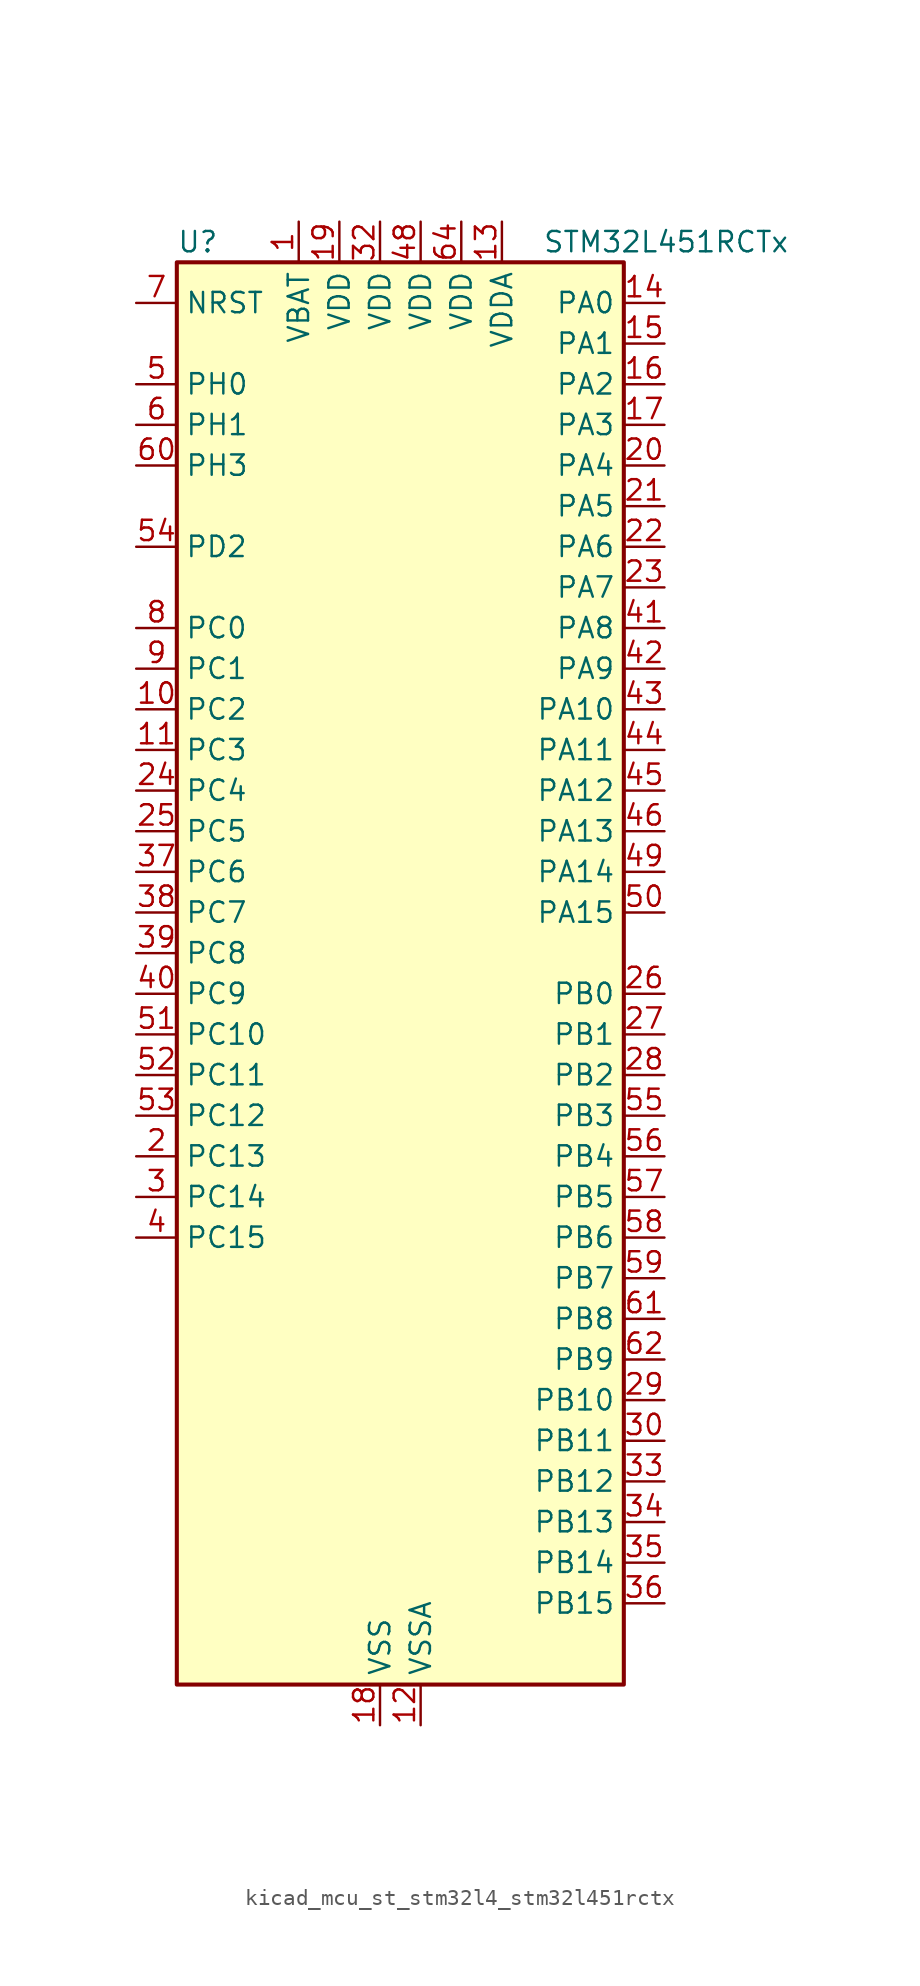
<source format=kicad_sym>
(kicad_symbol_lib
  (version 20220914)
  (generator kicad_symbol_editor)
  (symbol "kicad_mcu_st_stm32l4_stm32l451rctx"
    (property "Reference" "U"
      (at -12.7 46.99 0)
      (effects (font (size 1.27 1.27)) (justify left)))
    (property "Value" "STM32L451RCTx"
      (at 10.16 46.99 0)
      (effects (font (size 1.27 1.27)) (justify left)))
    (property "ki_locked" ""
      (at 0 0 0)
      (effects (font (size 1.27 1.27))))
    (symbol "kicad_mcu_st_stm32l4_stm32l451rctx_0_1"
      (rectangle (start -12.7 -43.18) (end 15.24 45.72) (stroke (width 0.254) (type default)) (fill (type background))))
    (symbol "kicad_mcu_st_stm32l4_stm32l451rctx_1_1"
      (pin power_in line (at -5.08 48.26 270) (length 2.54) (name "VBAT" (effects (font (size 1.27 1.27)))) (number "1" (effects (font (size 1.27 1.27)))))
      (pin bidirectional line (at -15.24 17.78 0) (length 2.54) (name "PC2" (effects (font (size 1.27 1.27)))) (number "10" (effects (font (size 1.27 1.27)))) (alternate "ADC1_IN3" bidirectional line) (alternate "DFSDM1_CKOUT" bidirectional line) (alternate "LPTIM1_IN2" bidirectional line) (alternate "SPI2_MISO" bidirectional line))
      (pin bidirectional line (at -15.24 15.24 0) (length 2.54) (name "PC3" (effects (font (size 1.27 1.27)))) (number "11" (effects (font (size 1.27 1.27)))) (alternate "ADC1_IN4" bidirectional line) (alternate "LPTIM1_ETR" bidirectional line) (alternate "LPTIM2_ETR" bidirectional line) (alternate "SAI1_SD_A" bidirectional line) (alternate "SPI2_MOSI" bidirectional line))
      (pin power_in line (at 2.54 -45.72 90) (length 2.54) (name "VSSA" (effects (font (size 1.27 1.27)))) (number "12" (effects (font (size 1.27 1.27)))))
      (pin power_in line (at 7.62 48.26 270) (length 2.54) (name "VDDA" (effects (font (size 1.27 1.27)))) (number "13" (effects (font (size 1.27 1.27)))))
      (pin bidirectional line (at 17.78 43.18 180) (length 2.54) (name "PA0" (effects (font (size 1.27 1.27)))) (number "14" (effects (font (size 1.27 1.27)))) (alternate "ADC1_IN5" bidirectional line) (alternate "COMP1_INM" bidirectional line) (alternate "COMP1_OUT" bidirectional line) (alternate "OPAMP1_VINP" bidirectional line) (alternate "RTC_TAMP2" bidirectional line) (alternate "SAI1_EXTCLK" bidirectional line) (alternate "SYS_WKUP1" bidirectional line) (alternate "TIM2_CH1" bidirectional line) (alternate "TIM2_ETR" bidirectional line) (alternate "UART4_TX" bidirectional line) (alternate "USART2_CTS" bidirectional line))
      (pin bidirectional line (at 17.78 40.64 180) (length 2.54) (name "PA1" (effects (font (size 1.27 1.27)))) (number "15" (effects (font (size 1.27 1.27)))) (alternate "ADC1_IN6" bidirectional line) (alternate "COMP1_INP" bidirectional line) (alternate "I2C1_SMBA" bidirectional line) (alternate "OPAMP1_VINM" bidirectional line) (alternate "SPI1_SCK" bidirectional line) (alternate "TIM15_CH1N" bidirectional line) (alternate "TIM2_CH2" bidirectional line) (alternate "UART4_RX" bidirectional line) (alternate "USART2_DE" bidirectional line) (alternate "USART2_RTS" bidirectional line))
      (pin bidirectional line (at 17.78 38.1 180) (length 2.54) (name "PA2" (effects (font (size 1.27 1.27)))) (number "16" (effects (font (size 1.27 1.27)))) (alternate "ADC1_IN7" bidirectional line) (alternate "COMP2_INM" bidirectional line) (alternate "COMP2_OUT" bidirectional line) (alternate "LPUART1_TX" bidirectional line) (alternate "QUADSPI_BK1_NCS" bidirectional line) (alternate "RCC_LSCO" bidirectional line) (alternate "SYS_WKUP4" bidirectional line) (alternate "TIM15_CH1" bidirectional line) (alternate "TIM2_CH3" bidirectional line) (alternate "USART2_TX" bidirectional line))
      (pin bidirectional line (at 17.78 35.56 180) (length 2.54) (name "PA3" (effects (font (size 1.27 1.27)))) (number "17" (effects (font (size 1.27 1.27)))) (alternate "ADC1_IN8" bidirectional line) (alternate "COMP2_INP" bidirectional line) (alternate "LPUART1_RX" bidirectional line) (alternate "OPAMP1_VOUT" bidirectional line) (alternate "QUADSPI_CLK" bidirectional line) (alternate "SAI1_MCLK_A" bidirectional line) (alternate "TIM15_CH2" bidirectional line) (alternate "TIM2_CH4" bidirectional line) (alternate "USART2_RX" bidirectional line))
      (pin power_in line (at 0 -45.72 90) (length 2.54) (name "VSS" (effects (font (size 1.27 1.27)))) (number "18" (effects (font (size 1.27 1.27)))))
      (pin power_in line (at -2.54 48.26 270) (length 2.54) (name "VDD" (effects (font (size 1.27 1.27)))) (number "19" (effects (font (size 1.27 1.27)))))
      (pin bidirectional line (at -15.24 -10.16 0) (length 2.54) (name "PC13" (effects (font (size 1.27 1.27)))) (number "2" (effects (font (size 1.27 1.27)))) (alternate "RTC_OUT_ALARM" bidirectional line) (alternate "RTC_OUT_CALIB" bidirectional line) (alternate "RTC_TAMP1" bidirectional line) (alternate "RTC_TS" bidirectional line) (alternate "SYS_WKUP2" bidirectional line))
      (pin bidirectional line (at 17.78 33.02 180) (length 2.54) (name "PA4" (effects (font (size 1.27 1.27)))) (number "20" (effects (font (size 1.27 1.27)))) (alternate "ADC1_IN9" bidirectional line) (alternate "COMP1_INM" bidirectional line) (alternate "COMP2_INM" bidirectional line) (alternate "DAC1_OUT1" bidirectional line) (alternate "LPTIM2_OUT" bidirectional line) (alternate "SAI1_FS_B" bidirectional line) (alternate "SPI1_NSS" bidirectional line) (alternate "SPI3_NSS" bidirectional line) (alternate "USART2_CK" bidirectional line))
      (pin bidirectional line (at 17.78 30.48 180) (length 2.54) (name "PA5" (effects (font (size 1.27 1.27)))) (number "21" (effects (font (size 1.27 1.27)))) (alternate "ADC1_IN10" bidirectional line) (alternate "COMP1_INM" bidirectional line) (alternate "COMP2_INM" bidirectional line) (alternate "DFSDM1_CKOUT" bidirectional line) (alternate "LPTIM2_ETR" bidirectional line) (alternate "SPI1_SCK" bidirectional line) (alternate "TIM2_CH1" bidirectional line) (alternate "TIM2_ETR" bidirectional line))
      (pin bidirectional line (at 17.78 27.94 180) (length 2.54) (name "PA6" (effects (font (size 1.27 1.27)))) (number "22" (effects (font (size 1.27 1.27)))) (alternate "ADC1_IN11" bidirectional line) (alternate "COMP1_OUT" bidirectional line) (alternate "LPUART1_CTS" bidirectional line) (alternate "QUADSPI_BK1_IO3" bidirectional line) (alternate "SPI1_MISO" bidirectional line) (alternate "TIM16_CH1" bidirectional line) (alternate "TIM1_BKIN" bidirectional line) (alternate "TIM1_BKIN_COMP2" bidirectional line) (alternate "TIM3_CH1" bidirectional line) (alternate "USART3_CTS" bidirectional line))
      (pin bidirectional line (at 17.78 25.4 180) (length 2.54) (name "PA7" (effects (font (size 1.27 1.27)))) (number "23" (effects (font (size 1.27 1.27)))) (alternate "ADC1_IN12" bidirectional line) (alternate "COMP2_OUT" bidirectional line) (alternate "DFSDM1_DATIN0" bidirectional line) (alternate "I2C3_SCL" bidirectional line) (alternate "QUADSPI_BK1_IO2" bidirectional line) (alternate "SPI1_MOSI" bidirectional line) (alternate "TIM1_CH1N" bidirectional line) (alternate "TIM3_CH2" bidirectional line))
      (pin bidirectional line (at -15.24 12.7 0) (length 2.54) (name "PC4" (effects (font (size 1.27 1.27)))) (number "24" (effects (font (size 1.27 1.27)))) (alternate "ADC1_IN13" bidirectional line) (alternate "COMP1_INM" bidirectional line) (alternate "USART3_TX" bidirectional line))
      (pin bidirectional line (at -15.24 10.16 0) (length 2.54) (name "PC5" (effects (font (size 1.27 1.27)))) (number "25" (effects (font (size 1.27 1.27)))) (alternate "ADC1_IN14" bidirectional line) (alternate "COMP1_INP" bidirectional line) (alternate "SYS_WKUP5" bidirectional line) (alternate "USART3_RX" bidirectional line))
      (pin bidirectional line (at 17.78 0 180) (length 2.54) (name "PB0" (effects (font (size 1.27 1.27)))) (number "26" (effects (font (size 1.27 1.27)))) (alternate "ADC1_IN15" bidirectional line) (alternate "COMP1_OUT" bidirectional line) (alternate "DFSDM1_CKIN0" bidirectional line) (alternate "QUADSPI_BK1_IO1" bidirectional line) (alternate "SAI1_EXTCLK" bidirectional line) (alternate "SPI1_NSS" bidirectional line) (alternate "TIM1_CH2N" bidirectional line) (alternate "TIM3_CH3" bidirectional line) (alternate "USART3_CK" bidirectional line))
      (pin bidirectional line (at 17.78 -2.54 180) (length 2.54) (name "PB1" (effects (font (size 1.27 1.27)))) (number "27" (effects (font (size 1.27 1.27)))) (alternate "ADC1_IN16" bidirectional line) (alternate "COMP1_INM" bidirectional line) (alternate "DFSDM1_DATIN0" bidirectional line) (alternate "LPTIM2_IN1" bidirectional line) (alternate "LPUART1_DE" bidirectional line) (alternate "LPUART1_RTS" bidirectional line) (alternate "QUADSPI_BK1_IO0" bidirectional line) (alternate "TIM1_CH3N" bidirectional line) (alternate "TIM3_CH4" bidirectional line) (alternate "USART3_DE" bidirectional line) (alternate "USART3_RTS" bidirectional line))
      (pin bidirectional line (at 17.78 -5.08 180) (length 2.54) (name "PB2" (effects (font (size 1.27 1.27)))) (number "28" (effects (font (size 1.27 1.27)))) (alternate "COMP1_INP" bidirectional line) (alternate "DFSDM1_CKIN0" bidirectional line) (alternate "I2C3_SMBA" bidirectional line) (alternate "LPTIM1_OUT" bidirectional line) (alternate "RTC_OUT_ALARM" bidirectional line) (alternate "RTC_OUT_CALIB" bidirectional line))
      (pin bidirectional line (at 17.78 -25.4 180) (length 2.54) (name "PB10" (effects (font (size 1.27 1.27)))) (number "29" (effects (font (size 1.27 1.27)))) (alternate "COMP1_OUT" bidirectional line) (alternate "I2C2_SCL" bidirectional line) (alternate "I2C4_SCL" bidirectional line) (alternate "LPUART1_RX" bidirectional line) (alternate "QUADSPI_CLK" bidirectional line) (alternate "SAI1_SCK_A" bidirectional line) (alternate "SPI2_SCK" bidirectional line) (alternate "TIM2_CH3" bidirectional line) (alternate "TSC_SYNC" bidirectional line) (alternate "USART3_TX" bidirectional line))
      (pin bidirectional line (at -15.24 -12.7 0) (length 2.54) (name "PC14" (effects (font (size 1.27 1.27)))) (number "3" (effects (font (size 1.27 1.27)))) (alternate "RCC_OSC32_IN" bidirectional line))
      (pin bidirectional line (at 17.78 -27.94 180) (length 2.54) (name "PB11" (effects (font (size 1.27 1.27)))) (number "30" (effects (font (size 1.27 1.27)))) (alternate "ADC1_EXTI11" bidirectional line) (alternate "COMP2_OUT" bidirectional line) (alternate "I2C2_SDA" bidirectional line) (alternate "I2C4_SDA" bidirectional line) (alternate "LPUART1_TX" bidirectional line) (alternate "QUADSPI_BK1_NCS" bidirectional line) (alternate "TIM2_CH4" bidirectional line) (alternate "USART3_RX" bidirectional line))
      (pin passive line (at 0 -45.72 90) (length 2.54) hide (name "VSS" (effects (font (size 1.27 1.27)))) (number "31" (effects (font (size 1.27 1.27)))))
      (pin power_in line (at 0 48.26 270) (length 2.54) (name "VDD" (effects (font (size 1.27 1.27)))) (number "32" (effects (font (size 1.27 1.27)))))
      (pin bidirectional line (at 17.78 -30.48 180) (length 2.54) (name "PB12" (effects (font (size 1.27 1.27)))) (number "33" (effects (font (size 1.27 1.27)))) (alternate "CAN1_RX" bidirectional line) (alternate "DFSDM1_DATIN1" bidirectional line) (alternate "I2C2_SMBA" bidirectional line) (alternate "LPUART1_DE" bidirectional line) (alternate "LPUART1_RTS" bidirectional line) (alternate "SAI1_FS_A" bidirectional line) (alternate "SPI2_NSS" bidirectional line) (alternate "TIM15_BKIN" bidirectional line) (alternate "TIM1_BKIN" bidirectional line) (alternate "TIM1_BKIN_COMP2" bidirectional line) (alternate "TSC_G1_IO1" bidirectional line) (alternate "USART3_CK" bidirectional line))
      (pin bidirectional line (at 17.78 -33.02 180) (length 2.54) (name "PB13" (effects (font (size 1.27 1.27)))) (number "34" (effects (font (size 1.27 1.27)))) (alternate "CAN1_TX" bidirectional line) (alternate "DFSDM1_CKIN1" bidirectional line) (alternate "I2C2_SCL" bidirectional line) (alternate "LPUART1_CTS" bidirectional line) (alternate "SAI1_SCK_A" bidirectional line) (alternate "SPI2_SCK" bidirectional line) (alternate "TIM15_CH1N" bidirectional line) (alternate "TIM1_CH1N" bidirectional line) (alternate "TSC_G1_IO2" bidirectional line) (alternate "USART3_CTS" bidirectional line))
      (pin bidirectional line (at 17.78 -35.56 180) (length 2.54) (name "PB14" (effects (font (size 1.27 1.27)))) (number "35" (effects (font (size 1.27 1.27)))) (alternate "DFSDM1_DATIN2" bidirectional line) (alternate "I2C2_SDA" bidirectional line) (alternate "SAI1_MCLK_A" bidirectional line) (alternate "SPI2_MISO" bidirectional line) (alternate "TIM15_CH1" bidirectional line) (alternate "TIM1_CH2N" bidirectional line) (alternate "TSC_G1_IO3" bidirectional line) (alternate "USART3_DE" bidirectional line) (alternate "USART3_RTS" bidirectional line))
      (pin bidirectional line (at 17.78 -38.1 180) (length 2.54) (name "PB15" (effects (font (size 1.27 1.27)))) (number "36" (effects (font (size 1.27 1.27)))) (alternate "ADC1_EXTI15" bidirectional line) (alternate "DFSDM1_CKIN2" bidirectional line) (alternate "RTC_REFIN" bidirectional line) (alternate "SAI1_SD_A" bidirectional line) (alternate "SPI2_MOSI" bidirectional line) (alternate "TIM15_CH2" bidirectional line) (alternate "TIM1_CH3N" bidirectional line) (alternate "TSC_G1_IO4" bidirectional line))
      (pin bidirectional line (at -15.24 7.62 0) (length 2.54) (name "PC6" (effects (font (size 1.27 1.27)))) (number "37" (effects (font (size 1.27 1.27)))) (alternate "DFSDM1_CKIN3" bidirectional line) (alternate "SDMMC1_D6" bidirectional line) (alternate "TIM3_CH1" bidirectional line) (alternate "TSC_G4_IO1" bidirectional line))
      (pin bidirectional line (at -15.24 5.08 0) (length 2.54) (name "PC7" (effects (font (size 1.27 1.27)))) (number "38" (effects (font (size 1.27 1.27)))) (alternate "DFSDM1_DATIN3" bidirectional line) (alternate "SDMMC1_D7" bidirectional line) (alternate "TIM3_CH2" bidirectional line) (alternate "TSC_G4_IO2" bidirectional line))
      (pin bidirectional line (at -15.24 2.54 0) (length 2.54) (name "PC8" (effects (font (size 1.27 1.27)))) (number "39" (effects (font (size 1.27 1.27)))) (alternate "SDMMC1_D0" bidirectional line) (alternate "TIM3_CH3" bidirectional line) (alternate "TSC_G4_IO3" bidirectional line))
      (pin bidirectional line (at -15.24 -15.24 0) (length 2.54) (name "PC15" (effects (font (size 1.27 1.27)))) (number "4" (effects (font (size 1.27 1.27)))) (alternate "ADC1_EXTI15" bidirectional line) (alternate "RCC_OSC32_OUT" bidirectional line))
      (pin bidirectional line (at -15.24 0 0) (length 2.54) (name "PC9" (effects (font (size 1.27 1.27)))) (number "40" (effects (font (size 1.27 1.27)))) (alternate "DAC1_EXTI9" bidirectional line) (alternate "SDMMC1_D1" bidirectional line) (alternate "TIM3_CH4" bidirectional line) (alternate "TSC_G4_IO4" bidirectional line))
      (pin bidirectional line (at 17.78 22.86 180) (length 2.54) (name "PA8" (effects (font (size 1.27 1.27)))) (number "41" (effects (font (size 1.27 1.27)))) (alternate "DFSDM1_CKIN1" bidirectional line) (alternate "LPTIM2_OUT" bidirectional line) (alternate "RCC_MCO" bidirectional line) (alternate "SAI1_SCK_A" bidirectional line) (alternate "TIM1_CH1" bidirectional line) (alternate "USART1_CK" bidirectional line))
      (pin bidirectional line (at 17.78 20.32 180) (length 2.54) (name "PA9" (effects (font (size 1.27 1.27)))) (number "42" (effects (font (size 1.27 1.27)))) (alternate "DAC1_EXTI9" bidirectional line) (alternate "DFSDM1_DATIN1" bidirectional line) (alternate "I2C1_SCL" bidirectional line) (alternate "SAI1_FS_A" bidirectional line) (alternate "TIM15_BKIN" bidirectional line) (alternate "TIM1_CH2" bidirectional line) (alternate "USART1_TX" bidirectional line))
      (pin bidirectional line (at 17.78 17.78 180) (length 2.54) (name "PA10" (effects (font (size 1.27 1.27)))) (number "43" (effects (font (size 1.27 1.27)))) (alternate "I2C1_SDA" bidirectional line) (alternate "SAI1_SD_A" bidirectional line) (alternate "TIM1_CH3" bidirectional line) (alternate "USART1_RX" bidirectional line))
      (pin bidirectional line (at 17.78 15.24 180) (length 2.54) (name "PA11" (effects (font (size 1.27 1.27)))) (number "44" (effects (font (size 1.27 1.27)))) (alternate "ADC1_EXTI11" bidirectional line) (alternate "CAN1_RX" bidirectional line) (alternate "COMP1_OUT" bidirectional line) (alternate "SPI1_MISO" bidirectional line) (alternate "TIM1_BKIN2" bidirectional line) (alternate "TIM1_BKIN2_COMP1" bidirectional line) (alternate "TIM1_CH4" bidirectional line) (alternate "USART1_CTS" bidirectional line))
      (pin bidirectional line (at 17.78 12.7 180) (length 2.54) (name "PA12" (effects (font (size 1.27 1.27)))) (number "45" (effects (font (size 1.27 1.27)))) (alternate "CAN1_TX" bidirectional line) (alternate "SPI1_MOSI" bidirectional line) (alternate "TIM1_ETR" bidirectional line) (alternate "USART1_DE" bidirectional line) (alternate "USART1_RTS" bidirectional line))
      (pin bidirectional line (at 17.78 10.16 180) (length 2.54) (name "PA13" (effects (font (size 1.27 1.27)))) (number "46" (effects (font (size 1.27 1.27)))) (alternate "IR_OUT" bidirectional line) (alternate "SAI1_SD_B" bidirectional line) (alternate "SYS_JTMS-SWDIO" bidirectional line))
      (pin passive line (at 0 -45.72 90) (length 2.54) hide (name "VSS" (effects (font (size 1.27 1.27)))) (number "47" (effects (font (size 1.27 1.27)))))
      (pin power_in line (at 2.54 48.26 270) (length 2.54) (name "VDD" (effects (font (size 1.27 1.27)))) (number "48" (effects (font (size 1.27 1.27)))))
      (pin bidirectional line (at 17.78 7.62 180) (length 2.54) (name "PA14" (effects (font (size 1.27 1.27)))) (number "49" (effects (font (size 1.27 1.27)))) (alternate "I2C1_SMBA" bidirectional line) (alternate "I2C4_SMBA" bidirectional line) (alternate "LPTIM1_OUT" bidirectional line) (alternate "SAI1_FS_B" bidirectional line) (alternate "SYS_JTCK-SWCLK" bidirectional line))
      (pin bidirectional line (at -15.24 38.1 0) (length 2.54) (name "PH0" (effects (font (size 1.27 1.27)))) (number "5" (effects (font (size 1.27 1.27)))) (alternate "RCC_OSC_IN" bidirectional line))
      (pin bidirectional line (at 17.78 5.08 180) (length 2.54) (name "PA15" (effects (font (size 1.27 1.27)))) (number "50" (effects (font (size 1.27 1.27)))) (alternate "ADC1_EXTI15" bidirectional line) (alternate "SPI1_NSS" bidirectional line) (alternate "SPI3_NSS" bidirectional line) (alternate "SYS_JTDI" bidirectional line) (alternate "TIM2_CH1" bidirectional line) (alternate "TIM2_ETR" bidirectional line) (alternate "TSC_G3_IO1" bidirectional line) (alternate "UART4_DE" bidirectional line) (alternate "UART4_RTS" bidirectional line) (alternate "USART2_RX" bidirectional line) (alternate "USART3_DE" bidirectional line) (alternate "USART3_RTS" bidirectional line))
      (pin bidirectional line (at -15.24 -2.54 0) (length 2.54) (name "PC10" (effects (font (size 1.27 1.27)))) (number "51" (effects (font (size 1.27 1.27)))) (alternate "SDMMC1_D2" bidirectional line) (alternate "SPI3_SCK" bidirectional line) (alternate "SYS_TRACED1" bidirectional line) (alternate "TSC_G3_IO2" bidirectional line) (alternate "UART4_TX" bidirectional line) (alternate "USART3_TX" bidirectional line))
      (pin bidirectional line (at -15.24 -5.08 0) (length 2.54) (name "PC11" (effects (font (size 1.27 1.27)))) (number "52" (effects (font (size 1.27 1.27)))) (alternate "ADC1_EXTI11" bidirectional line) (alternate "SDMMC1_D3" bidirectional line) (alternate "SPI3_MISO" bidirectional line) (alternate "TSC_G3_IO3" bidirectional line) (alternate "UART4_RX" bidirectional line) (alternate "USART3_RX" bidirectional line))
      (pin bidirectional line (at -15.24 -7.62 0) (length 2.54) (name "PC12" (effects (font (size 1.27 1.27)))) (number "53" (effects (font (size 1.27 1.27)))) (alternate "SDMMC1_CK" bidirectional line) (alternate "SPI3_MOSI" bidirectional line) (alternate "SYS_TRACED3" bidirectional line) (alternate "TSC_G3_IO4" bidirectional line) (alternate "USART3_CK" bidirectional line))
      (pin bidirectional line (at -15.24 27.94 0) (length 2.54) (name "PD2" (effects (font (size 1.27 1.27)))) (number "54" (effects (font (size 1.27 1.27)))) (alternate "SDMMC1_CMD" bidirectional line) (alternate "SYS_TRACED2" bidirectional line) (alternate "TIM3_ETR" bidirectional line) (alternate "TSC_SYNC" bidirectional line) (alternate "USART3_DE" bidirectional line) (alternate "USART3_RTS" bidirectional line))
      (pin bidirectional line (at 17.78 -7.62 180) (length 2.54) (name "PB3" (effects (font (size 1.27 1.27)))) (number "55" (effects (font (size 1.27 1.27)))) (alternate "COMP2_INM" bidirectional line) (alternate "SAI1_SCK_B" bidirectional line) (alternate "SPI1_SCK" bidirectional line) (alternate "SPI3_SCK" bidirectional line) (alternate "SYS_JTDO-SWO" bidirectional line) (alternate "TIM2_CH2" bidirectional line) (alternate "USART1_DE" bidirectional line) (alternate "USART1_RTS" bidirectional line))
      (pin bidirectional line (at 17.78 -10.16 180) (length 2.54) (name "PB4" (effects (font (size 1.27 1.27)))) (number "56" (effects (font (size 1.27 1.27)))) (alternate "COMP2_INP" bidirectional line) (alternate "I2C3_SDA" bidirectional line) (alternate "SAI1_MCLK_B" bidirectional line) (alternate "SPI1_MISO" bidirectional line) (alternate "SPI3_MISO" bidirectional line) (alternate "SYS_JTRST" bidirectional line) (alternate "TIM3_CH1" bidirectional line) (alternate "TSC_G2_IO1" bidirectional line) (alternate "USART1_CTS" bidirectional line))
      (pin bidirectional line (at 17.78 -12.7 180) (length 2.54) (name "PB5" (effects (font (size 1.27 1.27)))) (number "57" (effects (font (size 1.27 1.27)))) (alternate "CAN1_RX" bidirectional line) (alternate "COMP2_OUT" bidirectional line) (alternate "I2C1_SMBA" bidirectional line) (alternate "LPTIM1_IN1" bidirectional line) (alternate "SAI1_SD_B" bidirectional line) (alternate "SPI1_MOSI" bidirectional line) (alternate "SPI3_MOSI" bidirectional line) (alternate "TIM16_BKIN" bidirectional line) (alternate "TIM3_CH2" bidirectional line) (alternate "TSC_G2_IO2" bidirectional line) (alternate "USART1_CK" bidirectional line))
      (pin bidirectional line (at 17.78 -15.24 180) (length 2.54) (name "PB6" (effects (font (size 1.27 1.27)))) (number "58" (effects (font (size 1.27 1.27)))) (alternate "CAN1_TX" bidirectional line) (alternate "COMP2_INP" bidirectional line) (alternate "I2C1_SCL" bidirectional line) (alternate "I2C4_SCL" bidirectional line) (alternate "LPTIM1_ETR" bidirectional line) (alternate "SAI1_FS_B" bidirectional line) (alternate "TIM16_CH1N" bidirectional line) (alternate "TSC_G2_IO3" bidirectional line) (alternate "USART1_TX" bidirectional line))
      (pin bidirectional line (at 17.78 -17.78 180) (length 2.54) (name "PB7" (effects (font (size 1.27 1.27)))) (number "59" (effects (font (size 1.27 1.27)))) (alternate "COMP2_INM" bidirectional line) (alternate "I2C1_SDA" bidirectional line) (alternate "I2C4_SDA" bidirectional line) (alternate "LPTIM1_IN2" bidirectional line) (alternate "SYS_PVD_IN" bidirectional line) (alternate "TSC_G2_IO4" bidirectional line) (alternate "UART4_CTS" bidirectional line) (alternate "USART1_RX" bidirectional line))
      (pin bidirectional line (at -15.24 35.56 0) (length 2.54) (name "PH1" (effects (font (size 1.27 1.27)))) (number "6" (effects (font (size 1.27 1.27)))) (alternate "RCC_OSC_OUT" bidirectional line))
      (pin bidirectional line (at -15.24 33.02 0) (length 2.54) (name "PH3" (effects (font (size 1.27 1.27)))) (number "60" (effects (font (size 1.27 1.27)))))
      (pin bidirectional line (at 17.78 -20.32 180) (length 2.54) (name "PB8" (effects (font (size 1.27 1.27)))) (number "61" (effects (font (size 1.27 1.27)))) (alternate "CAN1_RX" bidirectional line) (alternate "I2C1_SCL" bidirectional line) (alternate "SAI1_MCLK_A" bidirectional line) (alternate "SDMMC1_D4" bidirectional line) (alternate "TIM16_CH1" bidirectional line))
      (pin bidirectional line (at 17.78 -22.86 180) (length 2.54) (name "PB9" (effects (font (size 1.27 1.27)))) (number "62" (effects (font (size 1.27 1.27)))) (alternate "CAN1_TX" bidirectional line) (alternate "DAC1_EXTI9" bidirectional line) (alternate "I2C1_SDA" bidirectional line) (alternate "IR_OUT" bidirectional line) (alternate "SAI1_FS_A" bidirectional line) (alternate "SDMMC1_D5" bidirectional line) (alternate "SPI2_NSS" bidirectional line))
      (pin passive line (at 0 -45.72 90) (length 2.54) hide (name "VSS" (effects (font (size 1.27 1.27)))) (number "63" (effects (font (size 1.27 1.27)))))
      (pin power_in line (at 5.08 48.26 270) (length 2.54) (name "VDD" (effects (font (size 1.27 1.27)))) (number "64" (effects (font (size 1.27 1.27)))))
      (pin input line (at -15.24 43.18 0) (length 2.54) (name "NRST" (effects (font (size 1.27 1.27)))) (number "7" (effects (font (size 1.27 1.27)))))
      (pin bidirectional line (at -15.24 22.86 0) (length 2.54) (name "PC0" (effects (font (size 1.27 1.27)))) (number "8" (effects (font (size 1.27 1.27)))) (alternate "ADC1_IN1" bidirectional line) (alternate "I2C3_SCL" bidirectional line) (alternate "I2C4_SCL" bidirectional line) (alternate "LPTIM1_IN1" bidirectional line) (alternate "LPTIM2_IN1" bidirectional line) (alternate "LPUART1_RX" bidirectional line))
      (pin bidirectional line (at -15.24 20.32 0) (length 2.54) (name "PC1" (effects (font (size 1.27 1.27)))) (number "9" (effects (font (size 1.27 1.27)))) (alternate "ADC1_IN2" bidirectional line) (alternate "I2C3_SDA" bidirectional line) (alternate "I2C4_SDA" bidirectional line) (alternate "LPTIM1_OUT" bidirectional line) (alternate "LPUART1_TX" bidirectional line) (alternate "SYS_TRACED0" bidirectional line)))))
</source>
